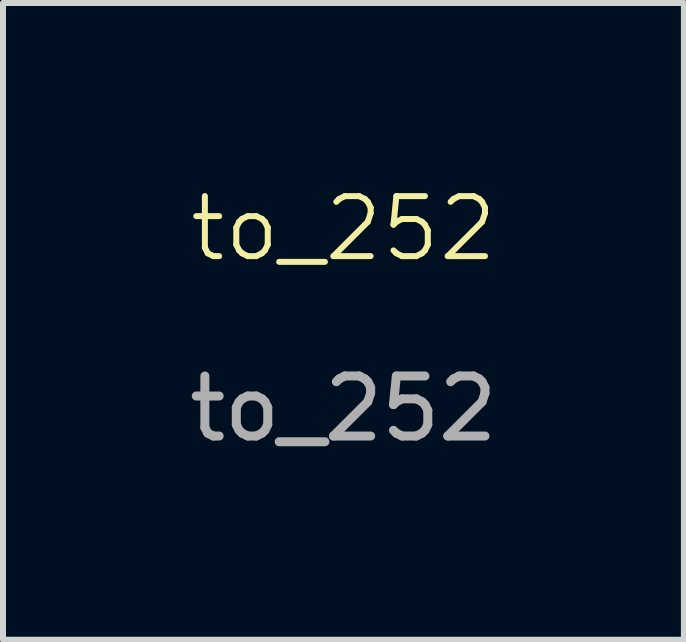
<source format=kicad_pcb>
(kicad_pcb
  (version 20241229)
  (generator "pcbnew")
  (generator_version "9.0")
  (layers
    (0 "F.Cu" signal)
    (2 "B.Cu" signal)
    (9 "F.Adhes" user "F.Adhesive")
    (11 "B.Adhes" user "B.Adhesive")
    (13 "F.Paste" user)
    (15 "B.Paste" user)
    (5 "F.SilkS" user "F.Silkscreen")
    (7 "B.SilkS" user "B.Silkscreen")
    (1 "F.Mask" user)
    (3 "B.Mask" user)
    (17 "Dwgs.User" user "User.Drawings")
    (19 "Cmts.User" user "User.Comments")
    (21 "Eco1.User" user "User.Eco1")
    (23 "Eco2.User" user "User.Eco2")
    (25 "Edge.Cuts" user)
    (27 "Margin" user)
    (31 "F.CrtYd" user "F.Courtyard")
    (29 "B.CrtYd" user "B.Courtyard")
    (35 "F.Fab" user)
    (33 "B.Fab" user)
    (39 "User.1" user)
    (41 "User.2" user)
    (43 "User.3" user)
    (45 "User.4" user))
  (footprint "to_252"
    (layer "F.Cu")
    (at 2.673 1.26)
    (property "Reference" "to_252" (at 0 -0.5 0) (unlocked yes) (layer "F.SilkS") (effects (font (size 1 1) (thickness 0.1))))
    (fp_text user "${REFERENCE}" (at 0 2.5 0) (unlocked yes) (layer "F.Fab") (effects (font (size 1 1) (thickness 0.15)))))
  (gr_rect
    (start -3 -3)
    (end 8.345 7.609)
    (stroke (width 0.1) (type default))
    (fill no)
    (layer "Edge.Cuts")))
</source>
